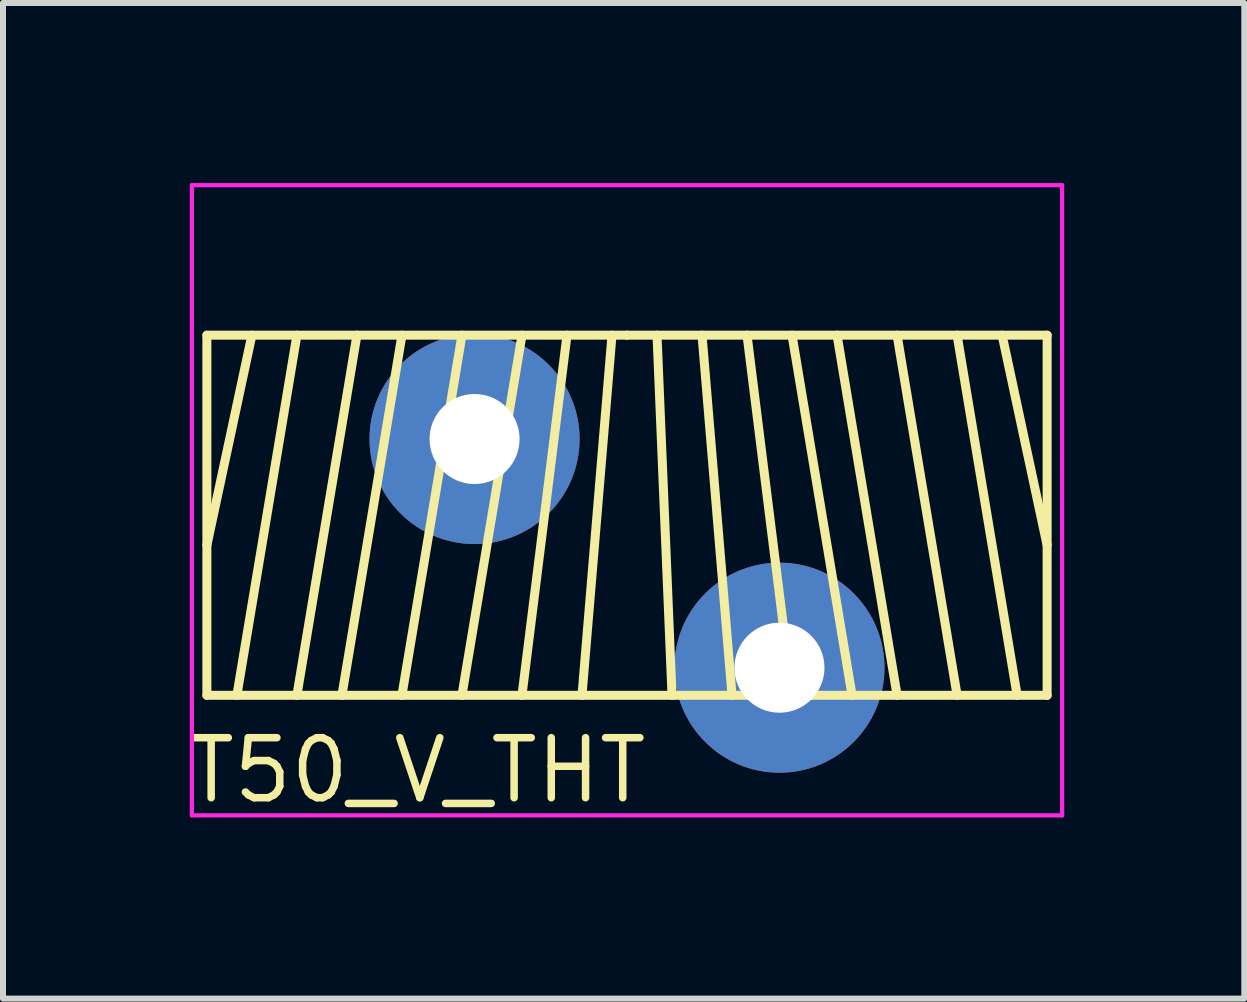
<source format=kicad_pcb>
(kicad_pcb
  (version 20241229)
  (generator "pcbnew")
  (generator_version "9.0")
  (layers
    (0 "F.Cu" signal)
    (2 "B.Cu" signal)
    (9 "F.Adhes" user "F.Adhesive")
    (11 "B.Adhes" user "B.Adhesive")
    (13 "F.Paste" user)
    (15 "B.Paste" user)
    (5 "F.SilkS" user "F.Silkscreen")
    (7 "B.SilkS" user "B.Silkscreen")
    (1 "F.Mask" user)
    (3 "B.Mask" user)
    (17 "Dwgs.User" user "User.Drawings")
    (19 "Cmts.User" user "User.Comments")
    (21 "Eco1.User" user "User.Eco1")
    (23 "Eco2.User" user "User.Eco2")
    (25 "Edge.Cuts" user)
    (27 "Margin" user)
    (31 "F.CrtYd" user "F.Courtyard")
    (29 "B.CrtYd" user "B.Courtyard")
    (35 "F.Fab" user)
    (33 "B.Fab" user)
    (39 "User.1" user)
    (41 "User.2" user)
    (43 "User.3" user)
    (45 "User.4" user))
  (footprint "T50_V_THT"
    (layer "F.Cu")
    (at 7.397 5.535)
    (property "Reference" "T50_V_THT" (at -3.5 4.25 0) (layer "F.SilkS") (effects (font (size 1 1) (thickness 0.125))))
    (attr through_hole)
    (fp_line (start -7 -3) (end 0 -3) (stroke (width 0.15) (type solid)) (layer "F.SilkS"))
    (fp_line (start -7 3) (end -7 -3) (stroke (width 0.15) (type solid)) (layer "F.SilkS"))
    (fp_line (start -6.25 -3) (end -7 0.5) (stroke (width 0.15) (type solid)) (layer "F.SilkS"))
    (fp_line (start -5.5 -3) (end -6.5 3) (stroke (width 0.15) (type solid)) (layer "F.SilkS"))
    (fp_line (start -4.5 -3) (end -5.5 3) (stroke (width 0.15) (type solid)) (layer "F.SilkS"))
    (fp_line (start -3.75 -3) (end -4.75 3) (stroke (width 0.15) (type solid)) (layer "F.SilkS"))
    (fp_line (start -2.75 -3) (end -3.75 3) (stroke (width 0.15) (type solid)) (layer "F.SilkS"))
    (fp_line (start -1.75 -3) (end -2.75 3) (stroke (width 0.15) (type solid)) (layer "F.SilkS"))
    (fp_line (start -1 -3) (end -1.75 3) (stroke (width 0.15) (type solid)) (layer "F.SilkS"))
    (fp_line (start -0.25 -3) (end -0.75 3) (stroke (width 0.15) (type solid)) (layer "F.SilkS"))
    (fp_line (start 0 -3) (end 7 -3) (stroke (width 0.15) (type solid)) (layer "F.SilkS"))
    (fp_line (start 0.5 -3) (end 0.75 3) (stroke (width 0.15) (type solid)) (layer "F.SilkS"))
    (fp_line (start 1.25 -3) (end 1.75 3) (stroke (width 0.15) (type solid)) (layer "F.SilkS"))
    (fp_line (start 2 -3) (end 2.75 3) (stroke (width 0.15) (type solid)) (layer "F.SilkS"))
    (fp_line (start 2.75 -3) (end 3.75 3) (stroke (width 0.15) (type solid)) (layer "F.SilkS"))
    (fp_line (start 3.5 -3) (end 4.5 3) (stroke (width 0.15) (type solid)) (layer "F.SilkS"))
    (fp_line (start 4.5 -3) (end 5.5 3) (stroke (width 0.15) (type solid)) (layer "F.SilkS"))
    (fp_line (start 5.5 -3) (end 6.5 3) (stroke (width 0.15) (type solid)) (layer "F.SilkS"))
    (fp_line (start 6.25 -3) (end 7 0.5) (stroke (width 0.15) (type solid)) (layer "F.SilkS"))
    (fp_line (start 7 -3) (end 7 3) (stroke (width 0.15) (type solid)) (layer "F.SilkS"))
    (fp_line (start 7 3) (end -7 3) (stroke (width 0.15) (type solid)) (layer "F.SilkS"))
    (fp_line (start -7.25 -3.25) (end 7.25 -3.25) (stroke (width 0.07) (type solid)) (layer "Eco2.User"))
    (fp_line (start -7.25 3.25) (end -7.25 -3.25) (stroke (width 0.07) (type solid)) (layer "Eco2.User"))
    (fp_line (start 7.25 -3.25) (end 7.25 3.25) (stroke (width 0.07) (type solid)) (layer "Eco2.User"))
    (fp_line (start 7.25 3.25) (end -7.25 3.25) (stroke (width 0.07) (type solid)) (layer "Eco2.User"))
    (fp_line (start -7.25 -5.5) (end -7.25 5) (stroke (width 0.07) (type solid)) (layer "F.CrtYd"))
    (fp_line (start -7.25 -5.5) (end 7.25 -5.5) (stroke (width 0.07) (type solid)) (layer "F.CrtYd"))
    (fp_line (start -7.25 5) (end 7.25 5) (stroke (width 0.07) (type solid)) (layer "F.CrtYd"))
    (fp_line (start 7.25 5) (end 7.25 -5.5) (stroke (width 0.07) (type solid)) (layer "F.CrtYd"))
    (pad "1" thru_hole circle (at -2.54 -1.27) (size 3.5 3.5) (drill 1.5) (layers "*.Cu" "*.Mask"))
    (pad "2" thru_hole circle (at 2.54 2.54) (size 3.5 3.5) (drill 1.5) (layers "*.Cu" "*.Mask")))
  (gr_rect
    (start -3 -3)
    (end 17.682 13.589)
    (stroke (width 0.1) (type default))
    (fill no)
    (layer "Edge.Cuts")))
</source>
